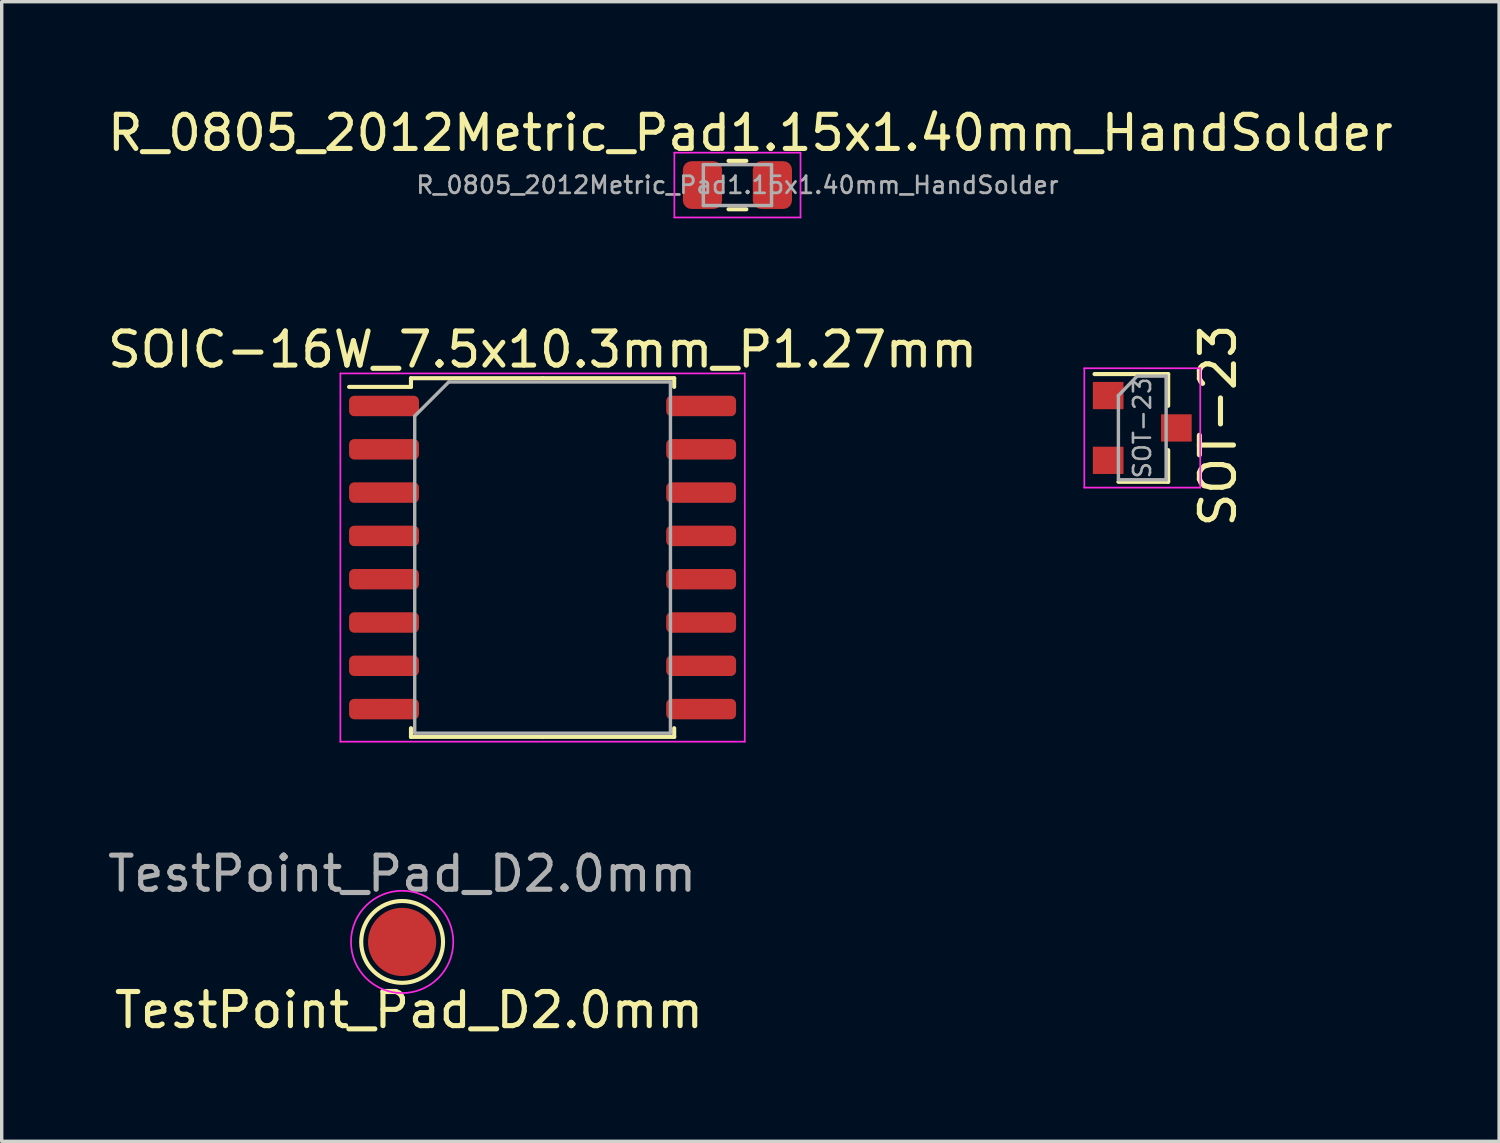
<source format=kicad_pcb>
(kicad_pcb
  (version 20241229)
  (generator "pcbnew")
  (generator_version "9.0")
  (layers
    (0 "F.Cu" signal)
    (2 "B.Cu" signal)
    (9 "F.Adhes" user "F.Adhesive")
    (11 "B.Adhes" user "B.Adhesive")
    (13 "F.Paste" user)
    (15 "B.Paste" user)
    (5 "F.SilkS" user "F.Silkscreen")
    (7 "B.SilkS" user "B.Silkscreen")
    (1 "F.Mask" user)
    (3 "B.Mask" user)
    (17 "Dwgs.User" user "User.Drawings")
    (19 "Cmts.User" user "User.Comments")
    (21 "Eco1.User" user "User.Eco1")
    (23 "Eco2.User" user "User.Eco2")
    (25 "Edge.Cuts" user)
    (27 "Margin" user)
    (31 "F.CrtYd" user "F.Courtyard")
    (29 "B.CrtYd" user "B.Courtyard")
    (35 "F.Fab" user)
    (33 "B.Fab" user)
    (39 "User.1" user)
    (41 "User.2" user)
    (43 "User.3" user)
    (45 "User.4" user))
  (footprint "R_0805_2012Metric_Pad1.15x1.40mm_HandSolder"
    (layer "F.Cu")
    (at 18.578 2.378)
    (property "Reference" "R_0805_2012Metric_Pad1.15x1.40mm_HandSolder" (at 0.38 -1.53 0) (layer "F.SilkS") (effects (font (size 1 1) (thickness 0.15))))
    (attr smd)
    (fp_line (start -0.261 -0.71) (end 0.261 -0.71) (stroke (width 0.12) (type solid)) (layer "F.SilkS"))
    (fp_line (start -0.261 0.71) (end 0.261 0.71) (stroke (width 0.12) (type solid)) (layer "F.SilkS"))
    (fp_line (start -1.85 -0.95) (end 1.85 -0.95) (stroke (width 0.05) (type solid)) (layer "F.CrtYd"))
    (fp_line (start -1.85 0.95) (end -1.85 -0.95) (stroke (width 0.05) (type solid)) (layer "F.CrtYd"))
    (fp_line (start 1.85 -0.95) (end 1.85 0.95) (stroke (width 0.05) (type solid)) (layer "F.CrtYd"))
    (fp_line (start 1.85 0.95) (end -1.85 0.95) (stroke (width 0.05) (type solid)) (layer "F.CrtYd"))
    (fp_line (start -1 -0.6) (end 1 -0.6) (stroke (width 0.1) (type solid)) (layer "F.Fab"))
    (fp_line (start -1 0.6) (end -1 -0.6) (stroke (width 0.1) (type solid)) (layer "F.Fab"))
    (fp_line (start 1 -0.6) (end 1 0.6) (stroke (width 0.1) (type solid)) (layer "F.Fab"))
    (fp_line (start 1 0.6) (end -1 0.6) (stroke (width 0.1) (type solid)) (layer "F.Fab"))
    (fp_text user "${REFERENCE}" (at 0 0 0) (layer "F.Fab") (effects (font (size 0.5 0.5) (thickness 0.08))))
    (pad "1" smd roundrect (at -1.025 0 180) (size 1.15 1.4) (layers "F.Cu" "F.Mask" "F.Paste") (roundrect_rratio 0.217))
    (pad "2" smd roundrect (at 1.025 0 180) (size 1.15 1.4) (layers "F.Cu" "F.Mask" "F.Paste") (roundrect_rratio 0.217)))
  (footprint "SOIC-16W_7.5x10.3mm_P1.27mm"
    (layer "F.Cu")
    (at 12.863 13.302)
    (property "Reference" "SOIC-16W_7.5x10.3mm_P1.27mm" (at 0 -6.1 0) (layer "F.SilkS") (effects (font (size 1 1) (thickness 0.15))))
    (attr smd)
    (fp_line (start -3.86 -5.26) (end -3.86 -5.005) (stroke (width 0.12) (type solid)) (layer "F.SilkS"))
    (fp_line (start -3.86 -5.005) (end -5.675 -5.005) (stroke (width 0.12) (type solid)) (layer "F.SilkS"))
    (fp_line (start -3.86 5.26) (end -3.86 5.005) (stroke (width 0.12) (type solid)) (layer "F.SilkS"))
    (fp_line (start 0 -5.26) (end -3.86 -5.26) (stroke (width 0.12) (type solid)) (layer "F.SilkS"))
    (fp_line (start 0 -5.26) (end 3.86 -5.26) (stroke (width 0.12) (type solid)) (layer "F.SilkS"))
    (fp_line (start 0 5.26) (end -3.86 5.26) (stroke (width 0.12) (type solid)) (layer "F.SilkS"))
    (fp_line (start 0 5.26) (end 3.86 5.26) (stroke (width 0.12) (type solid)) (layer "F.SilkS"))
    (fp_line (start 3.86 -5.26) (end 3.86 -5.005) (stroke (width 0.12) (type solid)) (layer "F.SilkS"))
    (fp_line (start 3.86 5.26) (end 3.86 5.005) (stroke (width 0.12) (type solid)) (layer "F.SilkS"))
    (fp_line (start -5.93 -5.4) (end -5.93 5.4) (stroke (width 0.05) (type solid)) (layer "F.CrtYd"))
    (fp_line (start -5.93 5.4) (end 5.93 5.4) (stroke (width 0.05) (type solid)) (layer "F.CrtYd"))
    (fp_line (start 5.93 -5.4) (end -5.93 -5.4) (stroke (width 0.05) (type solid)) (layer "F.CrtYd"))
    (fp_line (start 5.93 5.4) (end 5.93 -5.4) (stroke (width 0.05) (type solid)) (layer "F.CrtYd"))
    (fp_line (start -3.75 -4.15) (end -2.75 -5.15) (stroke (width 0.1) (type solid)) (layer "F.Fab"))
    (fp_line (start -3.75 5.15) (end -3.75 -4.15) (stroke (width 0.1) (type solid)) (layer "F.Fab"))
    (fp_line (start -2.75 -5.15) (end 3.75 -5.15) (stroke (width 0.1) (type solid)) (layer "F.Fab"))
    (fp_line (start 3.75 -5.15) (end 3.75 5.15) (stroke (width 0.1) (type solid)) (layer "F.Fab"))
    (fp_line (start 3.75 5.15) (end -3.75 5.15) (stroke (width 0.1) (type solid)) (layer "F.Fab"))
    (pad "1" smd roundrect (at -4.65 -4.445 180) (size 2.05 0.6) (layers "F.Cu" "F.Mask" "F.Paste") (roundrect_rratio 0.25))
    (pad "2" smd roundrect (at -4.65 -3.175 180) (size 2.05 0.6) (layers "F.Cu" "F.Mask" "F.Paste") (roundrect_rratio 0.25))
    (pad "3" smd roundrect (at -4.65 -1.905 180) (size 2.05 0.6) (layers "F.Cu" "F.Mask" "F.Paste") (roundrect_rratio 0.25))
    (pad "4" smd roundrect (at -4.65 -0.635 180) (size 2.05 0.6) (layers "F.Cu" "F.Mask" "F.Paste") (roundrect_rratio 0.25))
    (pad "5" smd roundrect (at -4.65 0.635 180) (size 2.05 0.6) (layers "F.Cu" "F.Mask" "F.Paste") (roundrect_rratio 0.25))
    (pad "6" smd roundrect (at -4.65 1.905 180) (size 2.05 0.6) (layers "F.Cu" "F.Mask" "F.Paste") (roundrect_rratio 0.25))
    (pad "7" smd roundrect (at -4.65 3.175 180) (size 2.05 0.6) (layers "F.Cu" "F.Mask" "F.Paste") (roundrect_rratio 0.25))
    (pad "8" smd roundrect (at -4.65 4.445 180) (size 2.05 0.6) (layers "F.Cu" "F.Mask" "F.Paste") (roundrect_rratio 0.25))
    (pad "9" smd roundrect (at 4.65 4.445 180) (size 2.05 0.6) (layers "F.Cu" "F.Mask" "F.Paste") (roundrect_rratio 0.25))
    (pad "10" smd roundrect (at 4.65 3.175 180) (size 2.05 0.6) (layers "F.Cu" "F.Mask" "F.Paste") (roundrect_rratio 0.25))
    (pad "11" smd roundrect (at 4.65 1.905 180) (size 2.05 0.6) (layers "F.Cu" "F.Mask" "F.Paste") (roundrect_rratio 0.25))
    (pad "12" smd roundrect (at 4.65 0.635 180) (size 2.05 0.6) (layers "F.Cu" "F.Mask" "F.Paste") (roundrect_rratio 0.25))
    (pad "13" smd roundrect (at 4.65 -0.635 180) (size 2.05 0.6) (layers "F.Cu" "F.Mask" "F.Paste") (roundrect_rratio 0.25))
    (pad "14" smd roundrect (at 4.65 -1.905 180) (size 2.05 0.6) (layers "F.Cu" "F.Mask" "F.Paste") (roundrect_rratio 0.25))
    (pad "15" smd roundrect (at 4.65 -3.175 180) (size 2.05 0.6) (layers "F.Cu" "F.Mask" "F.Paste") (roundrect_rratio 0.25))
    (pad "16" smd roundrect (at 4.65 -4.445 180) (size 2.05 0.6) (layers "F.Cu" "F.Mask" "F.Paste") (roundrect_rratio 0.25)))
  (footprint "TestPoint_Pad_D2.0mm"
    (layer "F.Cu")
    (at 8.744 24.575)
    (property "Reference" "TestPoint_Pad_D2.0mm" (at 0.2 2 0) (layer "F.SilkS") (effects (font (size 1 1) (thickness 0.15))))
    (attr exclude_from_pos_files exclude_from_bom)
    (fp_circle (center 0 0) (end 0 1.2) (stroke (width 0.12) (type solid)) (fill no) (layer "F.SilkS"))
    (fp_circle (center 0 0) (end 1.5 0) (stroke (width 0.05) (type solid)) (fill no) (layer "F.CrtYd"))
    (fp_text user "${REFERENCE}" (at 0 -2 0) (layer "F.Fab") (effects (font (size 1 1) (thickness 0.15))))
    (pad "1" smd circle (at 0 0 180) (size 2 2) (layers "F.Cu" "F.Mask")))
  (footprint "SOT-23"
    (layer "F.Cu")
    (at 30.451 9.501)
    (property "Reference" "SOT-23" (at 2.22 -0.07 90) (layer "F.SilkS") (effects (font (size 1 1) (thickness 0.15))))
    (attr smd)
    (fp_line (start 0.76 -1.58) (end -1.4 -1.58) (stroke (width 0.12) (type solid)) (layer "F.SilkS"))
    (fp_line (start 0.76 -1.58) (end 0.76 -0.65) (stroke (width 0.12) (type solid)) (layer "F.SilkS"))
    (fp_line (start 0.76 1.58) (end -0.7 1.58) (stroke (width 0.12) (type solid)) (layer "F.SilkS"))
    (fp_line (start 0.76 1.58) (end 0.76 0.65) (stroke (width 0.12) (type solid)) (layer "F.SilkS"))
    (fp_line (start -1.7 -1.75) (end 1.7 -1.75) (stroke (width 0.05) (type solid)) (layer "F.CrtYd"))
    (fp_line (start -1.7 1.75) (end -1.7 -1.75) (stroke (width 0.05) (type solid)) (layer "F.CrtYd"))
    (fp_line (start 1.7 -1.75) (end 1.7 1.75) (stroke (width 0.05) (type solid)) (layer "F.CrtYd"))
    (fp_line (start 1.7 1.75) (end -1.7 1.75) (stroke (width 0.05) (type solid)) (layer "F.CrtYd"))
    (fp_line (start -0.7 -0.95) (end -0.7 1.5) (stroke (width 0.1) (type solid)) (layer "F.Fab"))
    (fp_line (start -0.7 -0.95) (end -0.15 -1.52) (stroke (width 0.1) (type solid)) (layer "F.Fab"))
    (fp_line (start -0.7 1.52) (end 0.7 1.52) (stroke (width 0.1) (type solid)) (layer "F.Fab"))
    (fp_line (start -0.15 -1.52) (end 0.7 -1.52) (stroke (width 0.1) (type solid)) (layer "F.Fab"))
    (fp_line (start 0.7 -1.52) (end 0.7 1.52) (stroke (width 0.1) (type solid)) (layer "F.Fab"))
    (fp_text user "${REFERENCE}" (at 0 0 90) (layer "F.Fab") (effects (font (size 0.5 0.5) (thickness 0.075))))
    (pad "1" smd rect (at -1 -0.95 180) (size 0.9 0.8) (layers "F.Cu" "F.Mask" "F.Paste"))
    (pad "2" smd rect (at -1 0.95 180) (size 0.9 0.8) (layers "F.Cu" "F.Mask" "F.Paste"))
    (pad "3" smd rect (at 1 0 180) (size 0.9 0.8) (layers "F.Cu" "F.Mask" "F.Paste")))
  (gr_rect
    (start -3 -3)
    (end 40.917 30.423)
    (stroke (width 0.1) (type default))
    (fill no)
    (layer "Edge.Cuts")))
</source>
